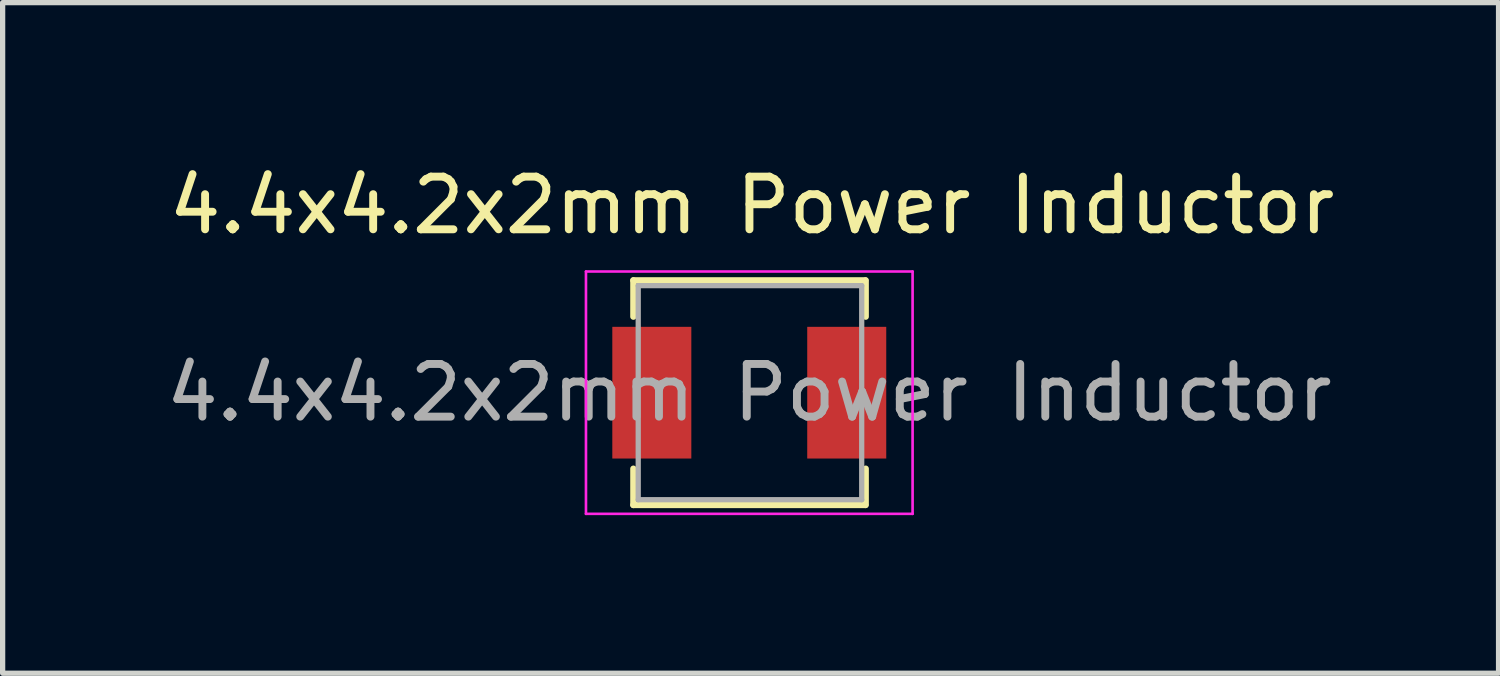
<source format=kicad_pcb>
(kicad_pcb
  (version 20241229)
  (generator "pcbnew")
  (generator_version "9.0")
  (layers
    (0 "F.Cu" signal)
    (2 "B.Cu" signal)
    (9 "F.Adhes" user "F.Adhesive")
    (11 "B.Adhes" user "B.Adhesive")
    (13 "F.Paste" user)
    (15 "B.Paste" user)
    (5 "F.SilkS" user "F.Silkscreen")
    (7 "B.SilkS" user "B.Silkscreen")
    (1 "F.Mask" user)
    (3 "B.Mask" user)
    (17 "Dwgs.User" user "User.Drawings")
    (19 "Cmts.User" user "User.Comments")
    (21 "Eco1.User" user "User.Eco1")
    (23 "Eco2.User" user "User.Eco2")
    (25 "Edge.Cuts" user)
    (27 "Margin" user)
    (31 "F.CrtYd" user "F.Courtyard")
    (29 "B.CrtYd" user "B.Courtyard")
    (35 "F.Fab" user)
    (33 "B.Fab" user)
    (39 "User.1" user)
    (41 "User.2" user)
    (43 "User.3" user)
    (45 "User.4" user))
  (footprint "4.4x4.2x2mm Power Inductor"
    (layer "F.Cu")
    (at 11.173 4.404)
    (property "Reference" "4.4x4.2x2mm Power Inductor" (at 0.051 -3.556 0) (layer "F.SilkS") (effects (font (size 1 1) (thickness 0.15))))
    (attr smd)
    (fp_line (start -2.2 -2.132) (end 2.2 -2.132) (stroke (width 0.12) (type solid)) (layer "F.SilkS"))
    (fp_line (start -2.2 -1.443) (end -2.2 -2.132) (stroke (width 0.12) (type solid)) (layer "F.SilkS"))
    (fp_line (start -2.2 1.443) (end -2.2 2.132) (stroke (width 0.12) (type solid)) (layer "F.SilkS"))
    (fp_line (start -2.2 2.132) (end 2.2 2.132) (stroke (width 0.12) (type solid)) (layer "F.SilkS"))
    (fp_line (start 2.21 -2.132) (end 2.21 -1.443) (stroke (width 0.12) (type solid)) (layer "F.SilkS"))
    (fp_line (start 2.21 2.132) (end 2.21 1.443) (stroke (width 0.12) (type solid)) (layer "F.SilkS"))
    (fp_line (start -3.1 -2.3) (end -3.1 2.3) (stroke (width 0.05) (type solid)) (layer "F.CrtYd"))
    (fp_line (start -3.1 2.3) (end 3.1 2.3) (stroke (width 0.05) (type solid)) (layer "F.CrtYd"))
    (fp_line (start 3.1 -2.3) (end -3.1 -2.3) (stroke (width 0.05) (type solid)) (layer "F.CrtYd"))
    (fp_line (start 3.1 2.3) (end 3.1 -2.3) (stroke (width 0.05) (type solid)) (layer "F.CrtYd"))
    (fp_line (start -2.108 -2.032) (end -2.108 2.032) (stroke (width 0.1) (type solid)) (layer "F.Fab"))
    (fp_line (start -2.108 2.032) (end 2.134 2.032) (stroke (width 0.1) (type solid)) (layer "F.Fab"))
    (fp_line (start 2.134 -2.032) (end -2.108 -2.032) (stroke (width 0.1) (type solid)) (layer "F.Fab"))
    (fp_line (start 2.134 2.032) (end 2.134 -2.032) (stroke (width 0.1) (type solid)) (layer "F.Fab"))
    (fp_text user "${REFERENCE}" (at 0 0 0) (layer "F.Fab") (effects (font (size 1 1) (thickness 0.15))))
    (pad "1" smd rect (at -1.85 0) (size 1.5 2.5) (layers "F.Cu" "F.Mask" "F.Paste"))
    (pad "2" smd rect (at 1.85 0) (size 1.5 2.5) (layers "F.Cu" "F.Mask" "F.Paste")))
  (gr_rect
    (start -3 -3)
    (end 25.396 9.729)
    (stroke (width 0.1) (type default))
    (fill no)
    (layer "Edge.Cuts")))
</source>
